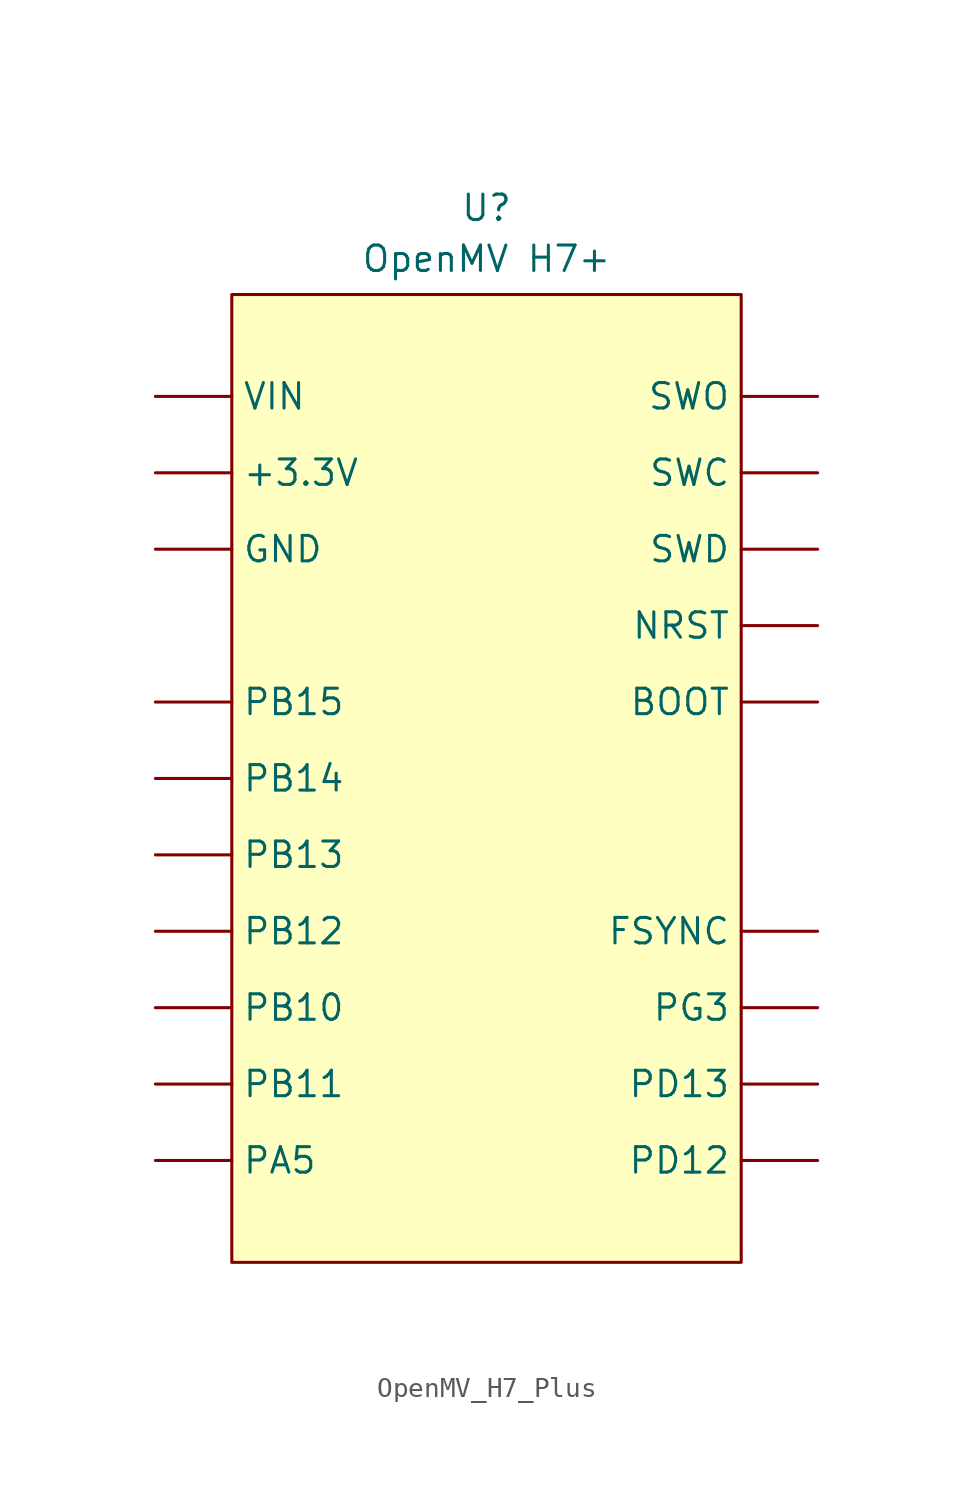
<source format=kicad_sym>
(kicad_symbol_lib
  (version 20241209)
  (generator "kicad_symbol_editor")
  (generator_version "9.0")
  (symbol "OpenMV_H7_Plus"
    (pin_numbers
      (hide yes))
    (property "Reference" "U"
      (at 0 29.718 0)
      (effects (font (size 1.27 1.27))))
    (property "Value" "OpenMV H7+"
      (at 0 27.178 0)
      (effects (font (size 1.27 1.27))))
    (symbol "OpenMV_H7_Plus_0_1"
      (rectangle (start -12.7 25.4) (end 12.7 -22.86) (stroke (width 0) (type default)) (fill (type background))))
    (symbol "OpenMV_H7_Plus_1_1"
      (pin passive line (at -16.51 20.32 0) (length 3.81) (name "VIN" (effects (font (size 1.27 1.27)))) (number "VIN" (effects (font (size 1.27 1.27)))))
      (pin passive line (at -16.51 16.51 0) (length 3.81) (name "+3.3V" (effects (font (size 1.27 1.27)))) (number "+3.3V" (effects (font (size 1.27 1.27)))))
      (pin passive line (at -16.51 12.7 0) (length 3.81) (name "GND" (effects (font (size 1.27 1.27)))) (number "GND" (effects (font (size 1.27 1.27)))))
      (pin passive line (at -16.51 5.08 0) (length 3.81) (name "PB15" (effects (font (size 1.27 1.27)))) (number "PB15" (effects (font (size 1.27 1.27)))))
      (pin passive line (at -16.51 1.27 0) (length 3.81) (name "PB14" (effects (font (size 1.27 1.27)))) (number "PB14" (effects (font (size 1.27 1.27)))))
      (pin passive line (at -16.51 -2.54 0) (length 3.81) (name "PB13" (effects (font (size 1.27 1.27)))) (number "PB13" (effects (font (size 1.27 1.27)))))
      (pin passive line (at -16.51 -6.35 0) (length 3.81) (name "PB12" (effects (font (size 1.27 1.27)))) (number "PB12" (effects (font (size 1.27 1.27)))))
      (pin passive line (at -16.51 -10.16 0) (length 3.81) (name "PB10" (effects (font (size 1.27 1.27)))) (number "PB10" (effects (font (size 1.27 1.27)))))
      (pin passive line (at -16.51 -13.97 0) (length 3.81) (name "PB11" (effects (font (size 1.27 1.27)))) (number "PB11" (effects (font (size 1.27 1.27)))))
      (pin passive line (at -16.51 -17.78 0) (length 3.81) (name "PA5" (effects (font (size 1.27 1.27)))) (number "PA5" (effects (font (size 1.27 1.27)))))
      (pin passive line (at 16.51 20.32 180) (length 3.81) (name "SWO" (effects (font (size 1.27 1.27)))) (number "SWO" (effects (font (size 1.27 1.27)))))
      (pin passive line (at 16.51 16.51 180) (length 3.81) (name "SWC" (effects (font (size 1.27 1.27)))) (number "SWC" (effects (font (size 1.27 1.27)))))
      (pin passive line (at 16.51 12.7 180) (length 3.81) (name "SWD" (effects (font (size 1.27 1.27)))) (number "SWD" (effects (font (size 1.27 1.27)))))
      (pin passive line (at 16.51 8.89 180) (length 3.81) (name "NRST" (effects (font (size 1.27 1.27)))) (number "NRST" (effects (font (size 1.27 1.27)))))
      (pin passive line (at 16.51 5.08 180) (length 3.81) (name "BOOT" (effects (font (size 1.27 1.27)))) (number "BOOT" (effects (font (size 1.27 1.27)))))
      (pin passive line (at 16.51 -6.35 180) (length 3.81) (name "FSYNC" (effects (font (size 1.27 1.27)))) (number "FSYNC" (effects (font (size 1.27 1.27)))))
      (pin passive line (at 16.51 -10.16 180) (length 3.81) (name "PG3" (effects (font (size 1.27 1.27)))) (number "PG3" (effects (font (size 1.27 1.27)))))
      (pin passive line (at 16.51 -13.97 180) (length 3.81) (name "PD13" (effects (font (size 1.27 1.27)))) (number "PD13" (effects (font (size 1.27 1.27)))))
      (pin passive line (at 16.51 -17.78 180) (length 3.81) (name "PD12" (effects (font (size 1.27 1.27)))) (number "PD12" (effects (font (size 1.27 1.27))))))))
</source>
